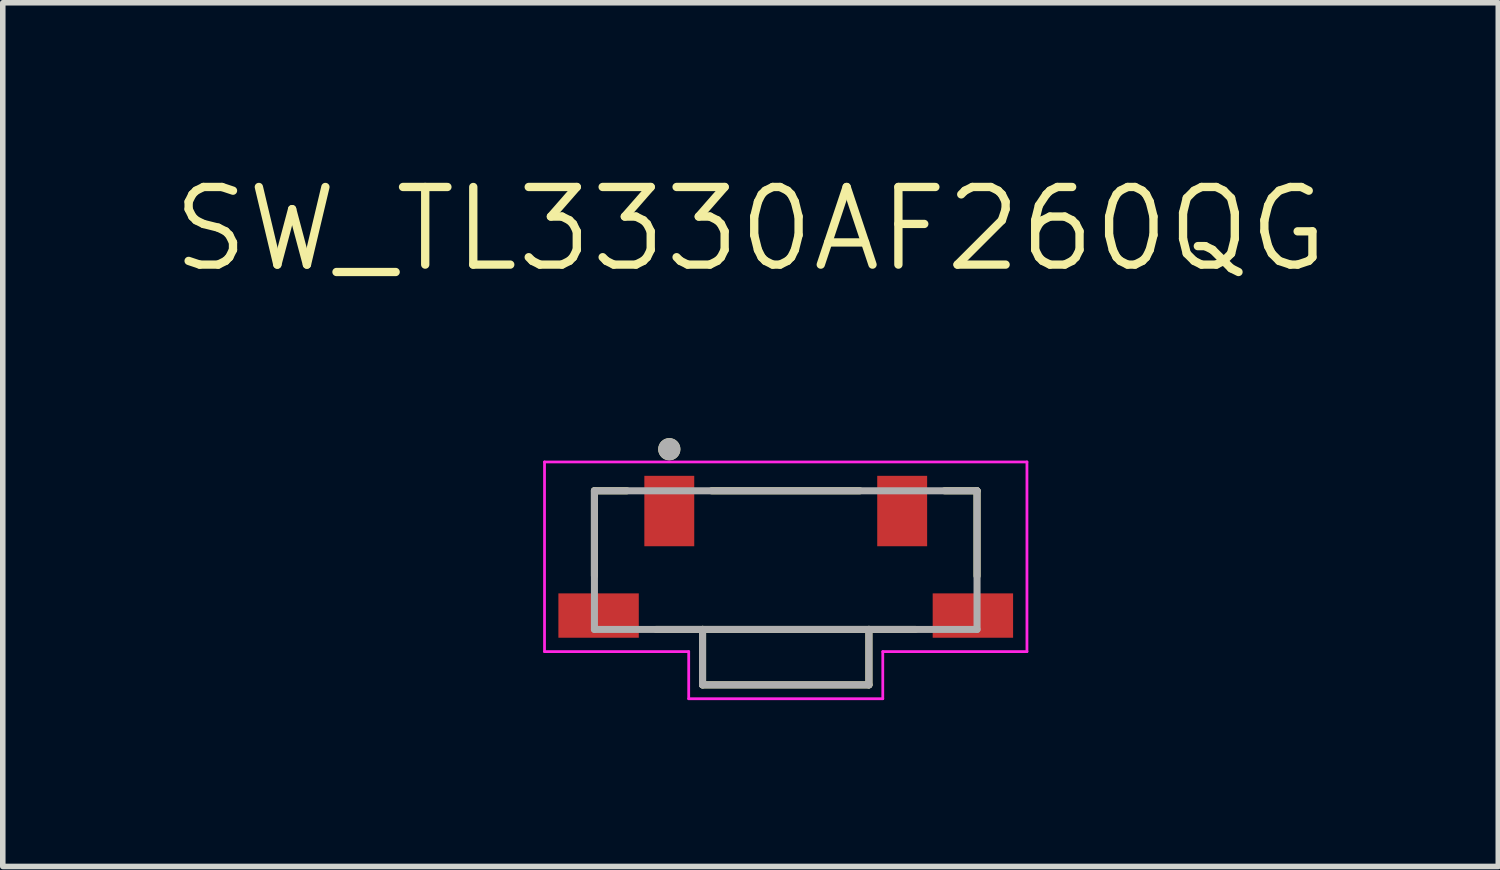
<source format=kicad_pcb>
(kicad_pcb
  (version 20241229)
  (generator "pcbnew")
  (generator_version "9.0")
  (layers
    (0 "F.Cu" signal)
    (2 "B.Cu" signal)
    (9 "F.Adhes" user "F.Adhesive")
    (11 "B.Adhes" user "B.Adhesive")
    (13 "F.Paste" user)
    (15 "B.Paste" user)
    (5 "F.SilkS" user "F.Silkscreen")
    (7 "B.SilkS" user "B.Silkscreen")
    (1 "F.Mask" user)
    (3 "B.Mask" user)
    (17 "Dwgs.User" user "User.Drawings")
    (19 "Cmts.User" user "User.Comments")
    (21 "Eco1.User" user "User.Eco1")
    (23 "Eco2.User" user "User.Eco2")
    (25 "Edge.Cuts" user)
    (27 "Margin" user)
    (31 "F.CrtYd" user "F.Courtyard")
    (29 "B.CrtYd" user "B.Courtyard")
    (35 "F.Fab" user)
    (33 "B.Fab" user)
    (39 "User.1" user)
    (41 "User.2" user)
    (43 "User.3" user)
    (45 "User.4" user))
  (footprint "SW_TL3330AF260QG"
    (layer "F.Cu")
    (at 11.12 7.051)
    (property "Reference" "SW_TL3330AF260QG" (at -0.635 -5.969 0) (layer "F.SilkS") (effects (font (size 1.4 1.4) (thickness 0.15))))
    (attr smd)
    (fp_line (start -3.45 -1.25) (end -3.45 0.286) (stroke (width 0.127) (type solid)) (layer "F.SilkS"))
    (fp_line (start -2.864 -1.25) (end -3.45 -1.25) (stroke (width 0.127) (type solid)) (layer "F.SilkS"))
    (fp_line (start -2.337 1.25) (end -1.5 1.25) (stroke (width 0.127) (type solid)) (layer "F.SilkS"))
    (fp_line (start -1.5 1.25) (end -1.5 2.25) (stroke (width 0.127) (type solid)) (layer "F.SilkS"))
    (fp_line (start -1.5 1.25) (end 1.5 1.25) (stroke (width 0.127) (type solid)) (layer "F.SilkS"))
    (fp_line (start -1.5 2.25) (end 1.5 2.25) (stroke (width 0.127) (type solid)) (layer "F.SilkS"))
    (fp_line (start -1.337 -1.25) (end 1.337 -1.25) (stroke (width 0.127) (type solid)) (layer "F.SilkS"))
    (fp_line (start 1.5 1.25) (end 2.337 1.25) (stroke (width 0.127) (type solid)) (layer "F.SilkS"))
    (fp_line (start 1.5 2.25) (end 1.5 1.25) (stroke (width 0.127) (type solid)) (layer "F.SilkS"))
    (fp_line (start 2.864 -1.25) (end 3.45 -1.25) (stroke (width 0.127) (type solid)) (layer "F.SilkS"))
    (fp_line (start 3.45 -1.25) (end 3.45 0.286) (stroke (width 0.127) (type solid)) (layer "F.SilkS"))
    (fp_circle (center -2.1 -2) (end -2 -2) (stroke (width 0.2) (type solid)) (fill no) (layer "F.SilkS"))
    (fp_line (start -4.35 -1.77) (end 4.35 -1.77) (stroke (width 0.05) (type solid)) (layer "F.CrtYd"))
    (fp_line (start -4.35 1.65) (end -4.35 -1.77) (stroke (width 0.05) (type solid)) (layer "F.CrtYd"))
    (fp_line (start -1.75 1.65) (end -4.35 1.65) (stroke (width 0.05) (type solid)) (layer "F.CrtYd"))
    (fp_line (start -1.75 2.5) (end -1.75 1.65) (stroke (width 0.05) (type solid)) (layer "F.CrtYd"))
    (fp_line (start 1.75 1.65) (end 1.75 2.5) (stroke (width 0.05) (type solid)) (layer "F.CrtYd"))
    (fp_line (start 1.75 2.5) (end -1.75 2.5) (stroke (width 0.05) (type solid)) (layer "F.CrtYd"))
    (fp_line (start 4.35 -1.77) (end 4.35 1.65) (stroke (width 0.05) (type solid)) (layer "F.CrtYd"))
    (fp_line (start 4.35 1.65) (end 1.75 1.65) (stroke (width 0.05) (type solid)) (layer "F.CrtYd"))
    (fp_line (start -3.45 -1.25) (end 3.45 -1.25) (stroke (width 0.127) (type solid)) (layer "F.Fab"))
    (fp_line (start -3.45 1.25) (end -3.45 -1.25) (stroke (width 0.127) (type solid)) (layer "F.Fab"))
    (fp_line (start -3.45 1.25) (end -1.5 1.25) (stroke (width 0.127) (type solid)) (layer "F.Fab"))
    (fp_line (start -1.5 1.25) (end -1.5 2.25) (stroke (width 0.127) (type solid)) (layer "F.Fab"))
    (fp_line (start -1.5 1.25) (end 1.5 1.25) (stroke (width 0.127) (type solid)) (layer "F.Fab"))
    (fp_line (start -1.5 2.25) (end 1.5 2.25) (stroke (width 0.127) (type solid)) (layer "F.Fab"))
    (fp_line (start 1.5 1.25) (end 3.45 1.25) (stroke (width 0.127) (type solid)) (layer "F.Fab"))
    (fp_line (start 1.5 2.25) (end 1.5 1.25) (stroke (width 0.127) (type solid)) (layer "F.Fab"))
    (fp_line (start 3.45 -1.25) (end 3.45 1.25) (stroke (width 0.127) (type solid)) (layer "F.Fab"))
    (fp_circle (center -2.1 -2) (end -2 -2) (stroke (width 0.2) (type solid)) (fill no) (layer "F.Fab"))
    (pad "1" smd rect (at -2.1 -0.885) (size 0.9 1.27) (layers "F.Cu" "F.Mask" "F.Paste"))
    (pad "2" smd rect (at 2.1 -0.885) (size 0.9 1.27) (layers "F.Cu" "F.Mask" "F.Paste"))
    (pad "S1" smd rect (at -3.375 1) (size 1.45 0.8) (layers "F.Cu" "F.Mask" "F.Paste"))
    (pad "S2" smd rect (at 3.375 1) (size 1.45 0.8) (layers "F.Cu" "F.Mask" "F.Paste")))
  (gr_rect
    (start -3 -3)
    (end 23.97 12.576)
    (stroke (width 0.1) (type default))
    (fill no)
    (layer "Edge.Cuts")))
</source>
